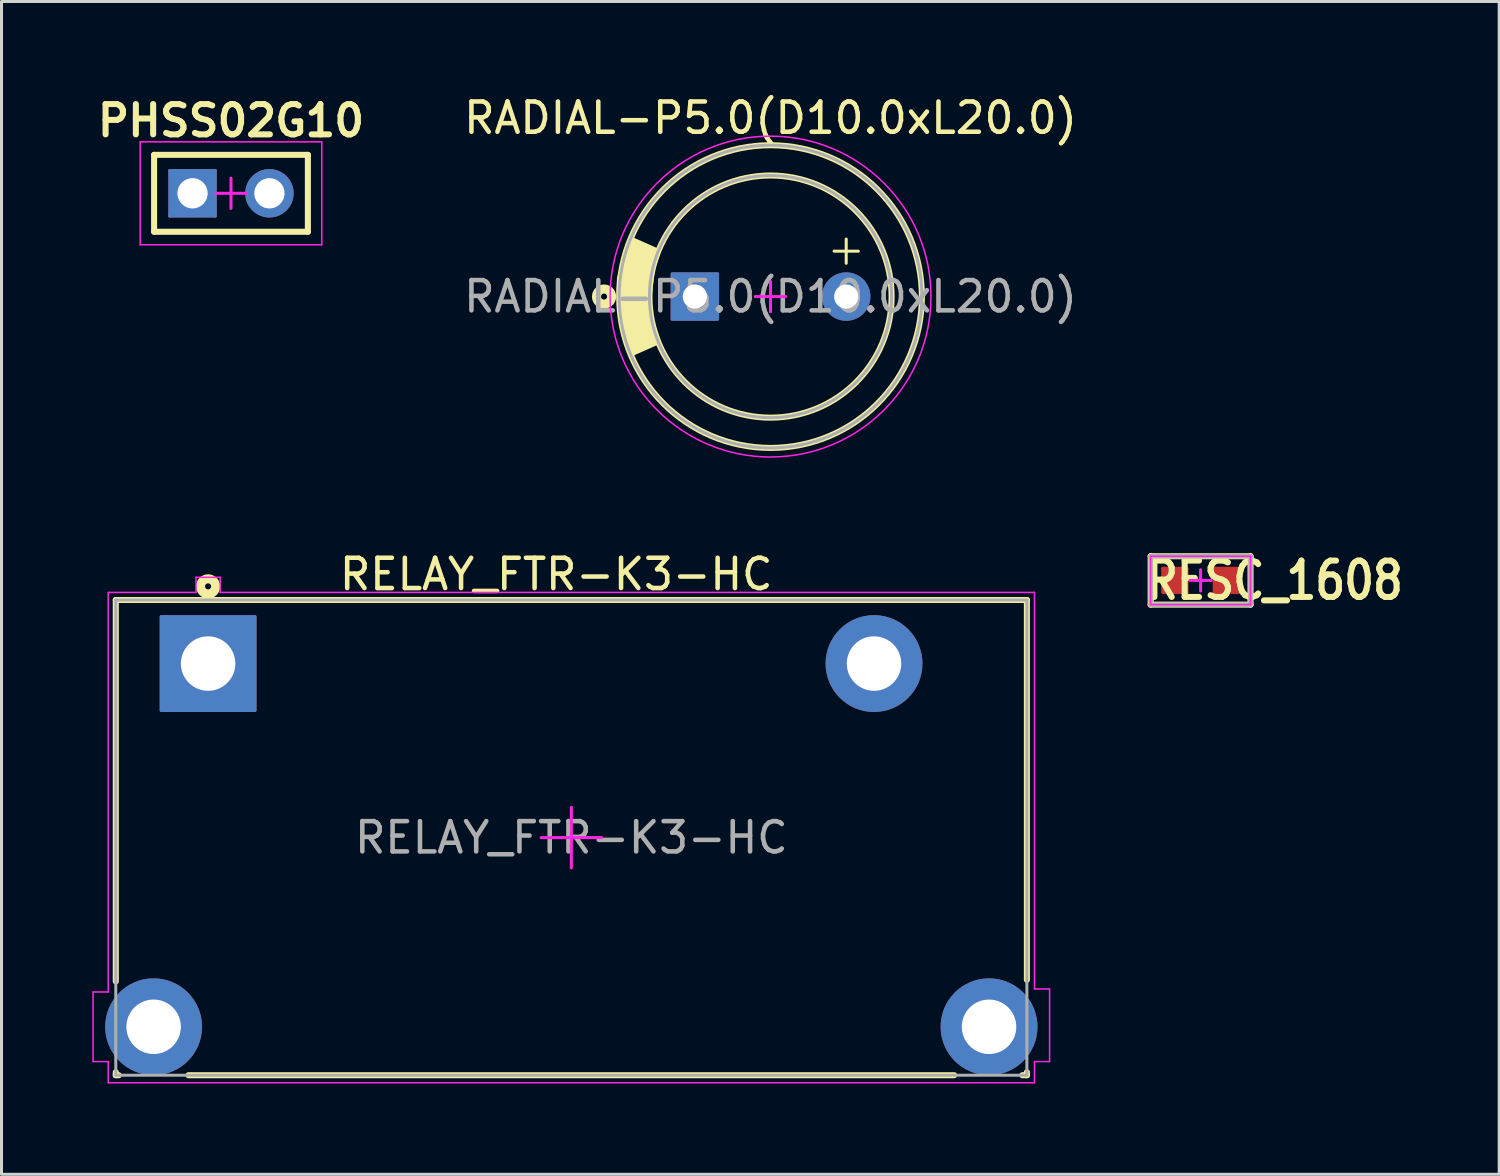
<source format=kicad_pcb>
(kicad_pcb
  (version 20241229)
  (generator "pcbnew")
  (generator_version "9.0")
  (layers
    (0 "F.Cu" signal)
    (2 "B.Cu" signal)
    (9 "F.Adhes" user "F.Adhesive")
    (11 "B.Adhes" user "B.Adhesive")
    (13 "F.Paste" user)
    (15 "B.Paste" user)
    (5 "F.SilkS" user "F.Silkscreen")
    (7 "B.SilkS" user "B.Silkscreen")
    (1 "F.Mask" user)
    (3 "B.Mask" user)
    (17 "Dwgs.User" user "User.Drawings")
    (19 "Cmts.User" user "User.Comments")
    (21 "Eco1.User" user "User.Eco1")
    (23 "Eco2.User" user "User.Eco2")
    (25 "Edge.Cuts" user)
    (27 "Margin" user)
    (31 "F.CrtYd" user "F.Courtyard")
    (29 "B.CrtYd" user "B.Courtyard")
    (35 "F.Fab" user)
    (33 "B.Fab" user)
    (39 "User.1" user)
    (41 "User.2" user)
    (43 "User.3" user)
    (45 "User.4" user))
  (footprint "RELAY_FTR-K3-HC"
    (layer "F.Cu")
    (at 15.825 24.622)
    (property "Reference" "RELAY_FTR-K3-HC" (at -0.5 -8.7 0) (layer "F.SilkS") (effects (font (size 1 1) (thickness 0.15))))
    (attr through_hole)
    (fp_line (start -15.05 -7.85) (end 15.05 -7.85) (stroke (width 0.2) (type solid)) (layer "F.SilkS"))
    (fp_line (start -15.05 4.75) (end -15.05 -7.85) (stroke (width 0.2) (type solid)) (layer "F.SilkS"))
    (fp_line (start -15.05 7.85) (end -15.05 7.75) (stroke (width 0.2) (type solid)) (layer "F.SilkS"))
    (fp_line (start -15.05 7.85) (end -14.95 7.85) (stroke (width 0.2) (type solid)) (layer "F.SilkS"))
    (fp_line (start 12.65 7.85) (end -12.65 7.85) (stroke (width 0.2) (type solid)) (layer "F.SilkS"))
    (fp_line (start 15.05 -7.85) (end 15.05 4.7) (stroke (width 0.2) (type solid)) (layer "F.SilkS"))
    (fp_line (start 15.05 7.85) (end 14.9 7.85) (stroke (width 0.2) (type solid)) (layer "F.SilkS"))
    (fp_line (start 15.05 7.85) (end 15.05 7.75) (stroke (width 0.2) (type solid)) (layer "F.SilkS"))
    (fp_circle (center -12 -8.3) (end -11.9 -8.3) (stroke (width 0.3) (type solid)) (fill no) (layer "F.SilkS"))
    (fp_line (start -15.8 5.1) (end -15.3 5.1) (stroke (width 0.05) (type solid)) (layer "F.CrtYd"))
    (fp_line (start -15.8 7.4) (end -15.8 5.1) (stroke (width 0.05) (type solid)) (layer "F.CrtYd"))
    (fp_line (start -15.3 -8.1) (end -12.4 -8.1) (stroke (width 0.05) (type solid)) (layer "F.CrtYd"))
    (fp_line (start -15.3 5.1) (end -15.3 -8.1) (stroke (width 0.05) (type solid)) (layer "F.CrtYd"))
    (fp_line (start -15.3 7.4) (end -15.8 7.4) (stroke (width 0.05) (type solid)) (layer "F.CrtYd"))
    (fp_line (start -15.3 8.1) (end -15.3 7.4) (stroke (width 0.05) (type solid)) (layer "F.CrtYd"))
    (fp_line (start -12.4 -8.6) (end -11.6 -8.6) (stroke (width 0.05) (type solid)) (layer "F.CrtYd"))
    (fp_line (start -12.4 -8.1) (end -12.4 -8.6) (stroke (width 0.05) (type solid)) (layer "F.CrtYd"))
    (fp_line (start -11.6 -8.6) (end -11.6 -8.1) (stroke (width 0.05) (type solid)) (layer "F.CrtYd"))
    (fp_line (start -11.6 -8.1) (end 15.3 -8.1) (stroke (width 0.05) (type solid)) (layer "F.CrtYd"))
    (fp_line (start -1 0) (end 1 0) (stroke (width 0.1) (type solid)) (layer "F.CrtYd"))
    (fp_line (start 0 -1) (end 0 1) (stroke (width 0.1) (type solid)) (layer "F.CrtYd"))
    (fp_line (start 15.3 -8.1) (end 15.3 5) (stroke (width 0.05) (type solid)) (layer "F.CrtYd"))
    (fp_line (start 15.3 5) (end 15.8 5) (stroke (width 0.05) (type solid)) (layer "F.CrtYd"))
    (fp_line (start 15.3 7.4) (end 15.3 8.1) (stroke (width 0.05) (type solid)) (layer "F.CrtYd"))
    (fp_line (start 15.3 8.1) (end -15.3 8.1) (stroke (width 0.05) (type solid)) (layer "F.CrtYd"))
    (fp_line (start 15.8 5) (end 15.8 7.4) (stroke (width 0.05) (type solid)) (layer "F.CrtYd"))
    (fp_line (start 15.8 7.4) (end 15.3 7.4) (stroke (width 0.05) (type solid)) (layer "F.CrtYd"))
    (fp_line (start -15.05 -7.85) (end -15.05 7.85) (stroke (width 0.1) (type solid)) (layer "F.Fab"))
    (fp_line (start -15.05 -7.85) (end 15.05 -7.85) (stroke (width 0.1) (type solid)) (layer "F.Fab"))
    (fp_line (start -15.05 7.85) (end 15.05 7.85) (stroke (width 0.1) (type solid)) (layer "F.Fab"))
    (fp_line (start 15.05 -7.85) (end 15.05 7.85) (stroke (width 0.1) (type solid)) (layer "F.Fab"))
    (fp_text user "${REFERENCE}" (at 0 0 0) (layer "F.Fab") (effects (font (size 1 1) (thickness 0.15))))
    (pad "1" thru_hole roundrect (at -12 -5.75) (size 3.2 3.2) (drill 1.8) (layers "*.Cu" "*.Mask") (roundrect_rratio 0.016))
    (pad "2" thru_hole circle (at 10 -5.75) (size 3.2 3.2) (drill 1.8) (layers "*.Cu" "*.Mask"))
    (pad "3" thru_hole circle (at 13.8 6.25) (size 3.2 3.2) (drill 1.8) (layers "*.Cu" "*.Mask"))
    (pad "4" thru_hole circle (at -13.8 6.25) (size 3.2 3.2) (drill 1.8) (layers "*.Cu" "*.Mask")))
  (footprint "RESC_1608"
    (layer "F.Cu")
    (at 36.614 16.126)
    (property "Reference" "RESC_1608" (at 2.45 0 0) (layer "F.SilkS") (effects (font (size 1.2 1) (thickness 0.2))))
    (attr through_hole)
    (fp_line (start -1.275 -0.4) (end -1.275 0.4) (stroke (width 0.05) (type solid)) (layer "F.Cu"))
    (fp_line (start -1.25 -0.425) (end -0.45 -0.425) (stroke (width 0.05) (type solid)) (layer "F.Cu"))
    (fp_line (start -1.25 -0.4) (end -1.25 0.4) (stroke (width 0.05) (type solid)) (layer "F.Cu"))
    (fp_line (start -1.25 -0.4) (end -0.45 -0.4) (stroke (width 0.05) (type solid)) (layer "F.Cu"))
    (fp_line (start -1.25 0.4) (end -0.45 0.4) (stroke (width 0.05) (type solid)) (layer "F.Cu"))
    (fp_line (start -1.25 0.425) (end -0.45 0.425) (stroke (width 0.05) (type solid)) (layer "F.Cu"))
    (fp_line (start -0.45 -0.4) (end -0.45 0.4) (stroke (width 0.05) (type solid)) (layer "F.Cu"))
    (fp_line (start -0.425 -0.4) (end -0.425 0.4) (stroke (width 0.05) (type solid)) (layer "F.Cu"))
    (fp_line (start 0.425 -0.4) (end 0.425 0.4) (stroke (width 0.05) (type solid)) (layer "F.Cu"))
    (fp_line (start 0.45 -0.425) (end 1.25 -0.425) (stroke (width 0.05) (type solid)) (layer "F.Cu"))
    (fp_line (start 0.45 -0.4) (end 0.45 0.4) (stroke (width 0.05) (type solid)) (layer "F.Cu"))
    (fp_line (start 0.45 -0.4) (end 1.25 -0.4) (stroke (width 0.05) (type solid)) (layer "F.Cu"))
    (fp_line (start 0.45 0.4) (end 1.25 0.4) (stroke (width 0.05) (type solid)) (layer "F.Cu"))
    (fp_line (start 0.45 0.425) (end 1.25 0.425) (stroke (width 0.05) (type solid)) (layer "F.Cu"))
    (fp_line (start 1.25 -0.4) (end 1.25 0.4) (stroke (width 0.05) (type solid)) (layer "F.Cu"))
    (fp_line (start 1.275 -0.4) (end 1.275 0.4) (stroke (width 0.05) (type solid)) (layer "F.Cu"))
    (fp_arc (start -1.275 -0.4) (mid -1.267693 -0.417662) (end -1.250044 -0.425) (stroke (width 0.05) (type solid)) (layer "F.Cu"))
    (fp_arc (start -1.25 0.425) (mid -1.267662 0.417693) (end -1.275 0.400044) (stroke (width 0.05) (type solid)) (layer "F.Cu"))
    (fp_arc (start -0.45 -0.425) (mid -0.432338 -0.417693) (end -0.425 -0.400044) (stroke (width 0.05) (type solid)) (layer "F.Cu"))
    (fp_arc (start -0.425 0.4) (mid -0.432307 0.417662) (end -0.449956 0.425) (stroke (width 0.05) (type solid)) (layer "F.Cu"))
    (fp_arc (start 0.425 -0.4) (mid 0.432307 -0.417662) (end 0.449956 -0.425) (stroke (width 0.05) (type solid)) (layer "F.Cu"))
    (fp_arc (start 0.45 0.425) (mid 0.432338 0.417693) (end 0.425 0.400044) (stroke (width 0.05) (type solid)) (layer "F.Cu"))
    (fp_arc (start 1.25 -0.425) (mid 1.267662 -0.417693) (end 1.275 -0.400044) (stroke (width 0.05) (type solid)) (layer "F.Cu"))
    (fp_arc (start 1.275 0.4) (mid 1.267693 0.417662) (end 1.250044 0.425) (stroke (width 0.05) (type solid)) (layer "F.Cu"))
    (fp_line (start -1.35 -0.4) (end -1.35 0.4) (stroke (width 0.1) (type solid)) (layer "F.Mask"))
    (fp_line (start -1.3 -0.45) (end -0.4 -0.45) (stroke (width 0.1) (type solid)) (layer "F.Mask"))
    (fp_line (start -1.3 0.45) (end -1.3 -0.45) (stroke (width 0.1) (type solid)) (layer "F.Mask"))
    (fp_line (start -1.3 0.45) (end -0.4 0.45) (stroke (width 0.1) (type solid)) (layer "F.Mask"))
    (fp_line (start -0.45 -0.5) (end -1.25 -0.5) (stroke (width 0.1) (type solid)) (layer "F.Mask"))
    (fp_line (start -0.45 0.5) (end -1.25 0.5) (stroke (width 0.1) (type solid)) (layer "F.Mask"))
    (fp_line (start -0.4 0.45) (end -0.4 -0.45) (stroke (width 0.1) (type solid)) (layer "F.Mask"))
    (fp_line (start -0.35 -0.4) (end -0.35 0.4) (stroke (width 0.1) (type solid)) (layer "F.Mask"))
    (fp_line (start 0.35 -0.4) (end 0.35 0.4) (stroke (width 0.1) (type solid)) (layer "F.Mask"))
    (fp_line (start 0.4 -0.45) (end 1.3 -0.45) (stroke (width 0.1) (type solid)) (layer "F.Mask"))
    (fp_line (start 0.4 0.45) (end 0.4 -0.45) (stroke (width 0.1) (type solid)) (layer "F.Mask"))
    (fp_line (start 0.4 0.45) (end 1.3 0.45) (stroke (width 0.1) (type solid)) (layer "F.Mask"))
    (fp_line (start 1.25 -0.5) (end 0.45 -0.5) (stroke (width 0.1) (type solid)) (layer "F.Mask"))
    (fp_line (start 1.25 0.5) (end 0.45 0.5) (stroke (width 0.1) (type solid)) (layer "F.Mask"))
    (fp_line (start 1.3 0.45) (end 1.3 -0.45) (stroke (width 0.1) (type solid)) (layer "F.Mask"))
    (fp_line (start 1.35 -0.4) (end 1.35 0.4) (stroke (width 0.1) (type solid)) (layer "F.Mask"))
    (fp_arc (start -1.349825 -0.4) (mid -1.320598 -0.470649) (end -1.25 -0.5) (stroke (width 0.1) (type solid)) (layer "F.Mask"))
    (fp_arc (start -1.25 0.5) (mid -1.320649 0.470773) (end -1.35 0.400175) (stroke (width 0.1) (type solid)) (layer "F.Mask"))
    (fp_arc (start -0.45 -0.499825) (mid -0.379351 -0.470598) (end -0.35 -0.4) (stroke (width 0.1) (type solid)) (layer "F.Mask"))
    (fp_arc (start -0.35 0.4) (mid -0.379227 0.470649) (end -0.449825 0.5) (stroke (width 0.1) (type solid)) (layer "F.Mask"))
    (fp_arc (start 0.350175 -0.4) (mid 0.379402 -0.470649) (end 0.45 -0.5) (stroke (width 0.1) (type solid)) (layer "F.Mask"))
    (fp_arc (start 0.45 0.5) (mid 0.379351 0.470773) (end 0.35 0.400175) (stroke (width 0.1) (type solid)) (layer "F.Mask"))
    (fp_arc (start 1.25 -0.499825) (mid 1.320649 -0.470598) (end 1.35 -0.4) (stroke (width 0.1) (type solid)) (layer "F.Mask"))
    (fp_arc (start 1.35 0.4) (mid 1.320773 0.470649) (end 1.250175 0.5) (stroke (width 0.1) (type solid)) (layer "F.Mask"))
    (fp_line (start -1.65 -0.8) (end 1.65 -0.8) (stroke (width 0.2) (type solid)) (layer "F.SilkS"))
    (fp_line (start -1.65 0.8) (end -1.65 -0.8) (stroke (width 0.2) (type solid)) (layer "F.SilkS"))
    (fp_line (start -1.65 0.8) (end 1.65 0.8) (stroke (width 0.2) (type solid)) (layer "F.SilkS"))
    (fp_line (start 1.65 -0.8) (end 1.65 0.8) (stroke (width 0.2) (type solid)) (layer "F.SilkS"))
    (fp_line (start -1.25 -0.4) (end -0.45 -0.4) (stroke (width 0.05) (type solid)) (layer "F.Paste"))
    (fp_line (start -1.25 0.4) (end -1.25 -0.4) (stroke (width 0.05) (type solid)) (layer "F.Paste"))
    (fp_line (start -0.45 -0.4) (end -0.45 0.4) (stroke (width 0.05) (type solid)) (layer "F.Paste"))
    (fp_line (start -0.45 0.4) (end -1.25 0.4) (stroke (width 0.05) (type solid)) (layer "F.Paste"))
    (fp_line (start 0.45 -0.4) (end 1.25 -0.4) (stroke (width 0.05) (type solid)) (layer "F.Paste"))
    (fp_line (start 0.45 0.4) (end 0.45 -0.4) (stroke (width 0.05) (type solid)) (layer "F.Paste"))
    (fp_line (start 1.25 -0.4) (end 1.25 0.4) (stroke (width 0.05) (type solid)) (layer "F.Paste"))
    (fp_line (start 1.25 0.4) (end 0.45 0.4) (stroke (width 0.05) (type solid)) (layer "F.Paste"))
    (fp_line (start -1.65 -0.8) (end 1.65 -0.8) (stroke (width 0.05) (type solid)) (layer "F.CrtYd"))
    (fp_line (start -1.65 0.8) (end -1.65 -0.8) (stroke (width 0.05) (type solid)) (layer "F.CrtYd"))
    (fp_line (start -0.35 0) (end 0.35 0) (stroke (width 0.1) (type solid)) (layer "F.CrtYd"))
    (fp_line (start 0 -0.35) (end 0 0.35) (stroke (width 0.1) (type solid)) (layer "F.CrtYd"))
    (fp_line (start 1.65 -0.8) (end 1.65 0.8) (stroke (width 0.05) (type solid)) (layer "F.CrtYd"))
    (fp_line (start 1.65 0.8) (end -1.65 0.8) (stroke (width 0.05) (type solid)) (layer "F.CrtYd"))
    (fp_line (start -1.65 -0.8) (end -1.65 0.8) (stroke (width 0.15) (type solid)) (layer "F.Fab"))
    (fp_line (start -1.65 0.8) (end 1.65 0.8) (stroke (width 0.15) (type solid)) (layer "F.Fab"))
    (fp_line (start 1.65 -0.8) (end -1.65 -0.8) (stroke (width 0.15) (type solid)) (layer "F.Fab"))
    (fp_line (start 1.65 0.8) (end 1.65 -0.8) (stroke (width 0.15) (type solid)) (layer "F.Fab"))
    (pad "1" smd rect (at -0.85 0) (size 0.8 0.8) (layers "F.Cu" "F.Mask" "F.Paste"))
    (pad "2" smd rect (at 0.85 0) (size 0.8 0.8) (layers "F.Cu" "F.Mask" "F.Paste")))
  (footprint "RADIAL-P5.0(D10.0xL20.0)"
    (layer "F.Cu")
    (at 22.406 6.748)
    (property "Reference" "RADIAL-P5.0(D10.0xL20.0)" (at 0 -5.9 0) (layer "F.SilkS") (effects (font (size 1 1) (thickness 0.15))))
    (attr through_hole)
    (fp_line (start 2.5 -1.1) (end 2.5 -1.9) (stroke (width 0.1) (type solid)) (layer "F.SilkS"))
    (fp_line (start 2.9 -1.5) (end 2.1 -1.5) (stroke (width 0.1) (type solid)) (layer "F.SilkS"))
    (fp_circle (center -5.5 0) (end -5.4 0) (stroke (width 0.3) (type solid)) (fill no) (layer "F.SilkS"))
    (fp_circle (center 0 0) (end -5 0) (stroke (width 0.2) (type solid)) (fill no) (layer "F.SilkS"))
    (fp_circle (center 0 0) (end 4 0) (stroke (width 0.2) (type solid)) (fill no) (layer "F.SilkS"))
    (fp_poly (pts (xy -3.7 -1.5) (xy -4.6 -1.9) (xy -5 -0.6) (xy -5 0) (xy -4.9 0.9) (xy -4.6 1.9) (xy -3.7 1.5) (xy -4 0.6) (xy -4 0) (xy -3.9 -0.9)) (stroke (width 0.15) (type solid)) (fill yes) (layer "F.SilkS"))
    (fp_line (start 0 0.5) (end 0 -0.5) (stroke (width 0.1) (type solid)) (layer "F.CrtYd"))
    (fp_line (start 0.5 0) (end -0.5 0) (stroke (width 0.1) (type solid)) (layer "F.CrtYd"))
    (fp_circle (center 0 0) (end -5.3 0) (stroke (width 0.05) (type solid)) (fill no) (layer "F.CrtYd"))
    (fp_circle (center 0 0) (end -5 0.1) (stroke (width 0.1) (type solid)) (fill no) (layer "F.Fab"))
    (fp_circle (center 0 0) (end -4 0) (stroke (width 0.1) (type solid)) (fill no) (layer "F.Fab"))
    (fp_text user "${REFERENCE}" (at 0 0 0) (layer "F.Fab") (effects (font (size 1 1) (thickness 0.15))))
    (pad "+" thru_hole circle (at 2.5 0 180) (size 1.6 1.6) (drill 0.8) (layers "*.Cu" "*.Mask"))
    (pad "-" thru_hole roundrect (at -2.5 0 180) (size 1.6 1.6) (drill 0.8) (layers "*.Cu" "*.Mask") (roundrect_rratio 0.031)))
  (footprint "PHSS02G10"
    (layer "F.Cu")
    (at 4.581 3.336)
    (property "Reference" "PHSS02G10" (at 0 -2.4 0) (layer "F.SilkS") (effects (font (size 1 1) (thickness 0.2))))
    (attr through_hole)
    (fp_line (start -2.02 -0.75) (end -0.52 -0.75) (stroke (width 0.1) (type solid)) (layer "F.Cu"))
    (fp_line (start -2.02 0.75) (end -2.02 -0.75) (stroke (width 0.1) (type solid)) (layer "F.Cu"))
    (fp_line (start -0.52 -0.75) (end -0.52 0.75) (stroke (width 0.1) (type solid)) (layer "F.Cu"))
    (fp_line (start -0.52 0.75) (end -2.02 0.75) (stroke (width 0.1) (type solid)) (layer "F.Cu"))
    (fp_line (start -2.02 -0.75) (end -0.52 -0.75) (stroke (width 0.3) (type solid)) (layer "F.Mask"))
    (fp_line (start -2.02 0.75) (end -2.02 -0.75) (stroke (width 0.3) (type solid)) (layer "F.Mask"))
    (fp_line (start -0.52 -0.75) (end -0.52 0.75) (stroke (width 0.3) (type solid)) (layer "F.Mask"))
    (fp_line (start -0.52 0.75) (end -2.02 0.75) (stroke (width 0.3) (type solid)) (layer "F.Mask"))
    (fp_line (start -2.02 -0.75) (end -0.52 -0.75) (stroke (width 0.1) (type solid)) (layer "B.Cu"))
    (fp_line (start -2.02 0.75) (end -2.02 -0.75) (stroke (width 0.1) (type solid)) (layer "B.Cu"))
    (fp_line (start -0.52 -0.75) (end -0.52 0.75) (stroke (width 0.1) (type solid)) (layer "B.Cu"))
    (fp_line (start -0.52 0.75) (end -2.02 0.75) (stroke (width 0.1) (type solid)) (layer "B.Cu"))
    (fp_line (start -2.02 -0.75) (end -2.02 0.75) (stroke (width 0.3) (type solid)) (layer "B.Mask"))
    (fp_line (start -2.02 0.75) (end -0.52 0.75) (stroke (width 0.3) (type solid)) (layer "B.Mask"))
    (fp_line (start -0.52 -0.75) (end -2.02 -0.75) (stroke (width 0.3) (type solid)) (layer "B.Mask"))
    (fp_line (start -0.52 0.75) (end -0.52 -0.75) (stroke (width 0.3) (type solid)) (layer "B.Mask"))
    (fp_line (start -2.54 -1.27) (end -2.54 1.27) (stroke (width 0.2) (type solid)) (layer "F.SilkS"))
    (fp_line (start -2.54 1.27) (end 2.54 1.27) (stroke (width 0.2) (type solid)) (layer "F.SilkS"))
    (fp_line (start 2.54 -1.27) (end -2.54 -1.27) (stroke (width 0.2) (type solid)) (layer "F.SilkS"))
    (fp_line (start 2.54 1.27) (end 2.54 -1.27) (stroke (width 0.2) (type solid)) (layer "F.SilkS"))
    (fp_line (start -3 -1.7) (end 3 -1.7) (stroke (width 0.05) (type solid)) (layer "F.CrtYd"))
    (fp_line (start -3 1.7) (end -3 -1.7) (stroke (width 0.05) (type solid)) (layer "F.CrtYd"))
    (fp_line (start -0.5 0) (end 0.5 0) (stroke (width 0.1) (type solid)) (layer "F.CrtYd"))
    (fp_line (start 0 -0.5) (end 0 0.5) (stroke (width 0.1) (type solid)) (layer "F.CrtYd"))
    (fp_line (start 3 -1.7) (end 3 1.7) (stroke (width 0.05) (type solid)) (layer "F.CrtYd"))
    (fp_line (start 3 1.7) (end -3 1.7) (stroke (width 0.05) (type solid)) (layer "F.CrtYd"))
    (pad "1" thru_hole rect (at -1.27 0) (size 1.5 1.5) (drill 1) (layers "*.Cu" "*.Mask"))
    (pad "2" thru_hole circle (at 1.27 0) (size 1.6 1.6) (drill 1) (layers "*.Cu" "*.Mask")))
  (gr_rect
    (start -3 -3)
    (end 46.479 35.746)
    (stroke (width 0.1) (type default))
    (fill no)
    (layer "Edge.Cuts")))
</source>
